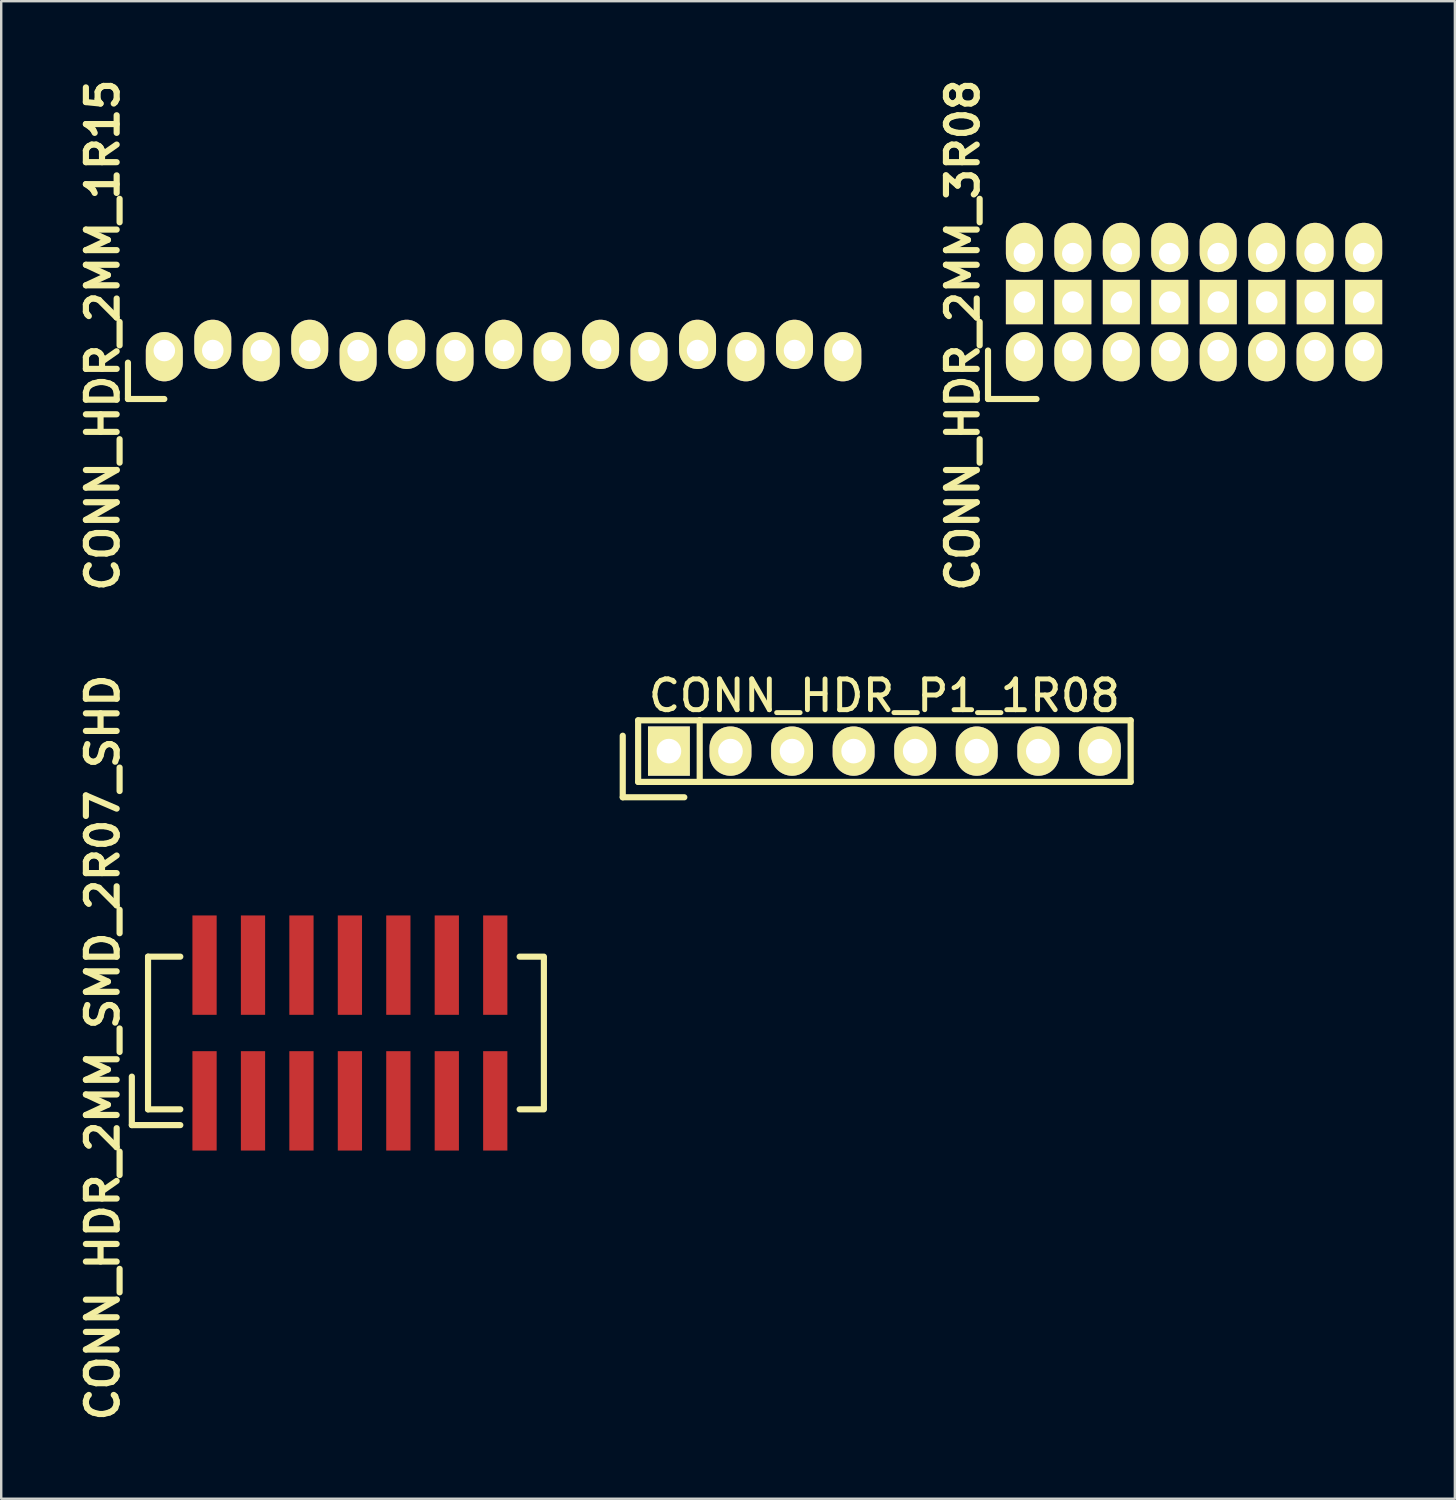
<source format=kicad_pcb>
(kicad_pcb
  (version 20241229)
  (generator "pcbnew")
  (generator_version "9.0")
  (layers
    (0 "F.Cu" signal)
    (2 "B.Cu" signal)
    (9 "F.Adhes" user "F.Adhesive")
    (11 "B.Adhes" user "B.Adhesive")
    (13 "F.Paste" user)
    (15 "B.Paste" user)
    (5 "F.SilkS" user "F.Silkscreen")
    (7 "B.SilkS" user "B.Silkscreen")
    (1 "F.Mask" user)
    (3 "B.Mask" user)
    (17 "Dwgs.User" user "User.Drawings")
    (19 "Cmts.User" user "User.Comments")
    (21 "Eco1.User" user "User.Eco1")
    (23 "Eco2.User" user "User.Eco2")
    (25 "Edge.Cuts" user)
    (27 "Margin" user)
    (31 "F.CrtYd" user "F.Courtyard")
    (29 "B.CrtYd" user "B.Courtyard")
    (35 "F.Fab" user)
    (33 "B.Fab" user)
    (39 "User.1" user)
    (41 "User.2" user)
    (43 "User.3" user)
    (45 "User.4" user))
  (footprint "CONN_HDR_2MM_1R15"
    (layer "F.Cu")
    (at 3.729 11.412)
    (property "Reference" "CONN_HDR_2MM_1R15" (at -2.54 -0.635 90) (layer "F.SilkS") (effects (font (size 1.27 1.27) (thickness 0.254))))
    (attr through_hole)
    (fp_line (start -1.5 0.5) (end -1.5 2) (stroke (width 0.254) (type solid)) (layer "F.SilkS"))
    (fp_line (start -1.5 2) (end 0 2) (stroke (width 0.254) (type solid)) (layer "F.SilkS"))
    (pad "1" thru_hole oval (at 0 0) (size 1.524 2.032) (drill 0.889 (offset 0 0.254)) (layers "*.Cu" "*.Mask" "F.SilkS"))
    (pad "2" thru_hole oval (at 2 0 180) (size 1.524 2.032) (drill 0.889 (offset 0 0.254)) (layers "*.Cu" "*.Mask" "F.SilkS"))
    (pad "3" thru_hole oval (at 3.998 0) (size 1.524 2.032) (drill 0.889 (offset 0 0.254)) (layers "*.Cu" "*.Mask" "F.SilkS"))
    (pad "4" thru_hole oval (at 6 0 180) (size 1.524 2.032) (drill 0.889 (offset 0 0.254)) (layers "*.Cu" "*.Mask" "F.SilkS"))
    (pad "5" thru_hole oval (at 7.996 0) (size 1.524 2.032) (drill 0.889 (offset 0 0.254)) (layers "*.Cu" "*.Mask" "F.SilkS"))
    (pad "6" thru_hole oval (at 10 0 180) (size 1.524 2.032) (drill 0.889 (offset 0 0.254)) (layers "*.Cu" "*.Mask" "F.SilkS"))
    (pad "7" thru_hole oval (at 11.994 0) (size 1.524 2.032) (drill 0.889 (offset 0 0.254)) (layers "*.Cu" "*.Mask" "F.SilkS"))
    (pad "8" thru_hole oval (at 14 0 180) (size 1.524 2.032) (drill 0.889 (offset 0 0.254)) (layers "*.Cu" "*.Mask" "F.SilkS"))
    (pad "9" thru_hole oval (at 15.999 0) (size 1.524 2.032) (drill 0.889 (offset 0 0.254)) (layers "*.Cu" "*.Mask" "F.SilkS"))
    (pad "10" thru_hole oval (at 18 0 180) (size 1.524 2.032) (drill 0.889 (offset 0 0.254)) (layers "*.Cu" "*.Mask" "F.SilkS"))
    (pad "11" thru_hole oval (at 19.997 0) (size 1.524 2.032) (drill 0.889 (offset 0 0.254)) (layers "*.Cu" "*.Mask" "F.SilkS"))
    (pad "12" thru_hole oval (at 22 0 180) (size 1.524 2.032) (drill 0.889 (offset 0 0.254)) (layers "*.Cu" "*.Mask" "F.SilkS"))
    (pad "13" thru_hole oval (at 23.995 0) (size 1.524 2.032) (drill 0.889 (offset 0 0.254)) (layers "*.Cu" "*.Mask" "F.SilkS"))
    (pad "14" thru_hole oval (at 26 0 180) (size 1.524 2.032) (drill 0.889 (offset 0 0.254)) (layers "*.Cu" "*.Mask" "F.SilkS"))
    (pad "15" thru_hole oval (at 27.994 0) (size 1.524 2.032) (drill 0.889 (offset 0 0.254)) (layers "*.Cu" "*.Mask" "F.SilkS")))
  (footprint "CONN_HDR_2MM_3R08"
    (layer "F.Cu")
    (at 39.213 11.412)
    (property "Reference" "CONN_HDR_2MM_3R08" (at -2.54 -0.635 90) (layer "F.SilkS") (effects (font (size 1.27 1.27) (thickness 0.254))))
    (attr through_hole)
    (fp_line (start -1.5 0) (end -1.5 2) (stroke (width 0.254) (type solid)) (layer "F.SilkS"))
    (fp_line (start -1.5 2) (end 0.5 2) (stroke (width 0.254) (type solid)) (layer "F.SilkS"))
    (pad "1" thru_hole oval (at 0 0) (size 1.524 2.032) (drill 0.889 (offset 0 0.254)) (layers "*.Cu" "*.Mask" "F.SilkS"))
    (pad "2" thru_hole rect (at 0 -2) (size 1.524 1.829) (drill 0.889) (layers "*.Cu" "*.Mask" "F.SilkS"))
    (pad "3" thru_hole oval (at 0 -3.999 180) (size 1.524 2.032) (drill 0.889 (offset 0 0.254)) (layers "*.Cu" "*.Mask" "F.SilkS"))
    (pad "4" thru_hole oval (at 1.999 0) (size 1.524 2.032) (drill 0.889 (offset 0 0.254)) (layers "*.Cu" "*.Mask" "F.SilkS"))
    (pad "5" thru_hole rect (at 2 -2) (size 1.524 1.829) (drill 0.889) (layers "*.Cu" "*.Mask" "F.SilkS"))
    (pad "6" thru_hole oval (at 1.999 -3.999 180) (size 1.524 2.032) (drill 0.889 (offset 0 0.254)) (layers "*.Cu" "*.Mask" "F.SilkS"))
    (pad "7" thru_hole oval (at 3.998 0) (size 1.524 2.032) (drill 0.889 (offset 0 0.254)) (layers "*.Cu" "*.Mask" "F.SilkS"))
    (pad "8" thru_hole rect (at 4 -2) (size 1.524 1.829) (drill 0.889) (layers "*.Cu" "*.Mask" "F.SilkS"))
    (pad "9" thru_hole oval (at 3.998 -3.999 180) (size 1.524 2.032) (drill 0.889 (offset 0 0.254)) (layers "*.Cu" "*.Mask" "F.SilkS"))
    (pad "10" thru_hole oval (at 5.997 0) (size 1.524 2.032) (drill 0.889 (offset 0 0.254)) (layers "*.Cu" "*.Mask" "F.SilkS"))
    (pad "11" thru_hole rect (at 6 -2) (size 1.524 1.829) (drill 0.889) (layers "*.Cu" "*.Mask" "F.SilkS"))
    (pad "12" thru_hole oval (at 5.997 -3.999 180) (size 1.524 2.032) (drill 0.889 (offset 0 0.254)) (layers "*.Cu" "*.Mask" "F.SilkS"))
    (pad "13" thru_hole oval (at 7.996 0) (size 1.524 2.032) (drill 0.889 (offset 0 0.254)) (layers "*.Cu" "*.Mask" "F.SilkS"))
    (pad "14" thru_hole rect (at 8 -2) (size 1.524 1.829) (drill 0.889) (layers "*.Cu" "*.Mask" "F.SilkS"))
    (pad "15" thru_hole oval (at 7.996 -3.999 180) (size 1.524 2.032) (drill 0.889 (offset 0 0.254)) (layers "*.Cu" "*.Mask" "F.SilkS"))
    (pad "16" thru_hole oval (at 9.995 0) (size 1.524 2.032) (drill 0.889 (offset 0 0.254)) (layers "*.Cu" "*.Mask" "F.SilkS"))
    (pad "17" thru_hole rect (at 10 -2) (size 1.524 1.829) (drill 0.889) (layers "*.Cu" "*.Mask" "F.SilkS"))
    (pad "18" thru_hole oval (at 9.995 -3.999 180) (size 1.524 2.032) (drill 0.889 (offset 0 0.254)) (layers "*.Cu" "*.Mask" "F.SilkS"))
    (pad "19" thru_hole oval (at 11.994 0) (size 1.524 2.032) (drill 0.889 (offset 0 0.254)) (layers "*.Cu" "*.Mask" "F.SilkS"))
    (pad "20" thru_hole rect (at 12 -2) (size 1.524 1.829) (drill 0.889) (layers "*.Cu" "*.Mask" "F.SilkS"))
    (pad "21" thru_hole oval (at 11.994 -3.999 180) (size 1.524 2.032) (drill 0.889 (offset 0 0.254)) (layers "*.Cu" "*.Mask" "F.SilkS"))
    (pad "22" thru_hole oval (at 14 0) (size 1.524 2.032) (drill 0.889 (offset 0 0.254)) (layers "*.Cu" "*.Mask" "F.SilkS"))
    (pad "23" thru_hole rect (at 14 -2) (size 1.524 1.829) (drill 0.889) (layers "*.Cu" "*.Mask" "F.SilkS"))
    (pad "24" thru_hole oval (at 14 -3.999 180) (size 1.524 2.032) (drill 0.889 (offset 0 0.254)) (layers "*.Cu" "*.Mask" "F.SilkS")))
  (footprint "CONN_HDR_P1_1R08"
    (layer "F.Cu")
    (at 33.438 27.939)
    (property "Reference" "CONN_HDR_P1_1R08" (at 0 -2.286 0) (layer "F.SilkS") (effects (font (size 1.27 1.27) (thickness 0.203))))
    (attr through_hole)
    (fp_line (start -10.795 -0.635) (end -10.795 1.905) (stroke (width 0.254) (type solid)) (layer "F.SilkS"))
    (fp_line (start -10.795 1.905) (end -8.255 1.905) (stroke (width 0.254) (type solid)) (layer "F.SilkS"))
    (fp_line (start -10.16 -1.27) (end -10.16 1.27) (stroke (width 0.254) (type solid)) (layer "F.SilkS"))
    (fp_line (start -10.16 -1.27) (end -7.62 -1.27) (stroke (width 0.254) (type solid)) (layer "F.SilkS"))
    (fp_line (start -10.16 1.27) (end -7.62 1.27) (stroke (width 0.254) (type solid)) (layer "F.SilkS"))
    (fp_line (start -7.62 -1.27) (end -7.62 1.27) (stroke (width 0.254) (type solid)) (layer "F.SilkS"))
    (fp_line (start -7.62 -1.27) (end 10.16 -1.27) (stroke (width 0.254) (type solid)) (layer "F.SilkS"))
    (fp_line (start 10.16 -1.27) (end 10.16 1.27) (stroke (width 0.254) (type solid)) (layer "F.SilkS"))
    (fp_line (start 10.16 1.27) (end -7.62 1.27) (stroke (width 0.254) (type solid)) (layer "F.SilkS"))
    (pad "1" thru_hole rect (at -8.89 0) (size 1.727 2.032) (drill 1.016) (layers "*.Cu" "*.Mask" "F.SilkS"))
    (pad "2" thru_hole oval (at -6.35 0) (size 1.727 2.032) (drill 1.016) (layers "*.Cu" "*.Mask" "F.SilkS"))
    (pad "3" thru_hole oval (at -3.81 0) (size 1.727 2.032) (drill 1.016) (layers "*.Cu" "*.Mask" "F.SilkS"))
    (pad "4" thru_hole oval (at -1.27 0) (size 1.727 2.032) (drill 1.016) (layers "*.Cu" "*.Mask" "F.SilkS"))
    (pad "5" thru_hole oval (at 1.27 0) (size 1.727 2.032) (drill 1.016) (layers "*.Cu" "*.Mask" "F.SilkS"))
    (pad "6" thru_hole oval (at 3.81 0) (size 1.727 2.032) (drill 1.016) (layers "*.Cu" "*.Mask" "F.SilkS"))
    (pad "7" thru_hole oval (at 6.35 0) (size 1.727 2.032) (drill 1.016) (layers "*.Cu" "*.Mask" "F.SilkS"))
    (pad "8" thru_hole oval (at 8.89 0) (size 1.727 2.032) (drill 1.016) (layers "*.Cu" "*.Mask" "F.SilkS")))
  (footprint "CONN_HDR_2MM_SMD_2R07_SHD"
    (layer "F.Cu")
    (at 11.389 39.569)
    (property "Reference" "CONN_HDR_2MM_SMD_2R07_SHD" (at -10.2 0.6 90) (layer "F.SilkS") (effects (font (size 1.27 1.27) (thickness 0.254))))
    (attr through_hole)
    (fp_line (start -9 3.8) (end -9 1.8) (stroke (width 0.254) (type solid)) (layer "F.SilkS"))
    (fp_line (start -8.331 -3.15) (end -7 -3.15) (stroke (width 0.254) (type solid)) (layer "F.SilkS"))
    (fp_line (start -8.331 3.15) (end -8.331 -3.15) (stroke (width 0.254) (type solid)) (layer "F.SilkS"))
    (fp_line (start -7 3.15) (end -8.331 3.15) (stroke (width 0.254) (type solid)) (layer "F.SilkS"))
    (fp_line (start -7 3.8) (end -9 3.8) (stroke (width 0.254) (type solid)) (layer "F.SilkS"))
    (fp_line (start 7 -3.15) (end 8 -3.15) (stroke (width 0.254) (type solid)) (layer "F.SilkS"))
    (fp_line (start 7 3.15) (end 8 3.15) (stroke (width 0.254) (type solid)) (layer "F.SilkS"))
    (fp_line (start 8 -3.1) (end 8 3.1) (stroke (width 0.254) (type solid)) (layer "F.SilkS"))
    (pad "1" smd rect (at -6 2.8) (size 1 4.1) (layers "F.Cu" "F.Mask" "F.Paste"))
    (pad "2" smd rect (at -6 -2.8 180) (size 1 4.1) (layers "F.Cu" "F.Mask" "F.Paste"))
    (pad "3" smd rect (at -4.001 2.8) (size 1 4.1) (layers "F.Cu" "F.Mask" "F.Paste"))
    (pad "4" smd rect (at -4.001 -2.8 180) (size 1 4.1) (layers "F.Cu" "F.Mask" "F.Paste"))
    (pad "5" smd rect (at -2.002 2.8) (size 1 4.1) (layers "F.Cu" "F.Mask" "F.Paste"))
    (pad "6" smd rect (at -2.002 -2.8 180) (size 1 4.1) (layers "F.Cu" "F.Mask" "F.Paste"))
    (pad "7" smd rect (at -0.003 2.8) (size 1 4.1) (layers "F.Cu" "F.Mask" "F.Paste"))
    (pad "8" smd rect (at -0.003 -2.8 180) (size 1 4.1) (layers "F.Cu" "F.Mask" "F.Paste"))
    (pad "9" smd rect (at 1.996 2.8) (size 1 4.1) (layers "F.Cu" "F.Mask" "F.Paste"))
    (pad "10" smd rect (at 1.996 -2.8 180) (size 1 4.1) (layers "F.Cu" "F.Mask" "F.Paste"))
    (pad "11" smd rect (at 3.995 2.8) (size 1 4.1) (layers "F.Cu" "F.Mask" "F.Paste"))
    (pad "12" smd rect (at 3.995 -2.8 180) (size 1 4.1) (layers "F.Cu" "F.Mask" "F.Paste"))
    (pad "13" smd rect (at 5.994 2.8) (size 1 4.1) (layers "F.Cu" "F.Mask" "F.Paste"))
    (pad "14" smd rect (at 5.994 -2.8 180) (size 1 4.1) (layers "F.Cu" "F.Mask" "F.Paste")))
  (gr_rect
    (start -3 -3)
    (end 56.975 58.784)
    (stroke (width 0.1) (type default))
    (fill no)
    (layer "Edge.Cuts")))
</source>
